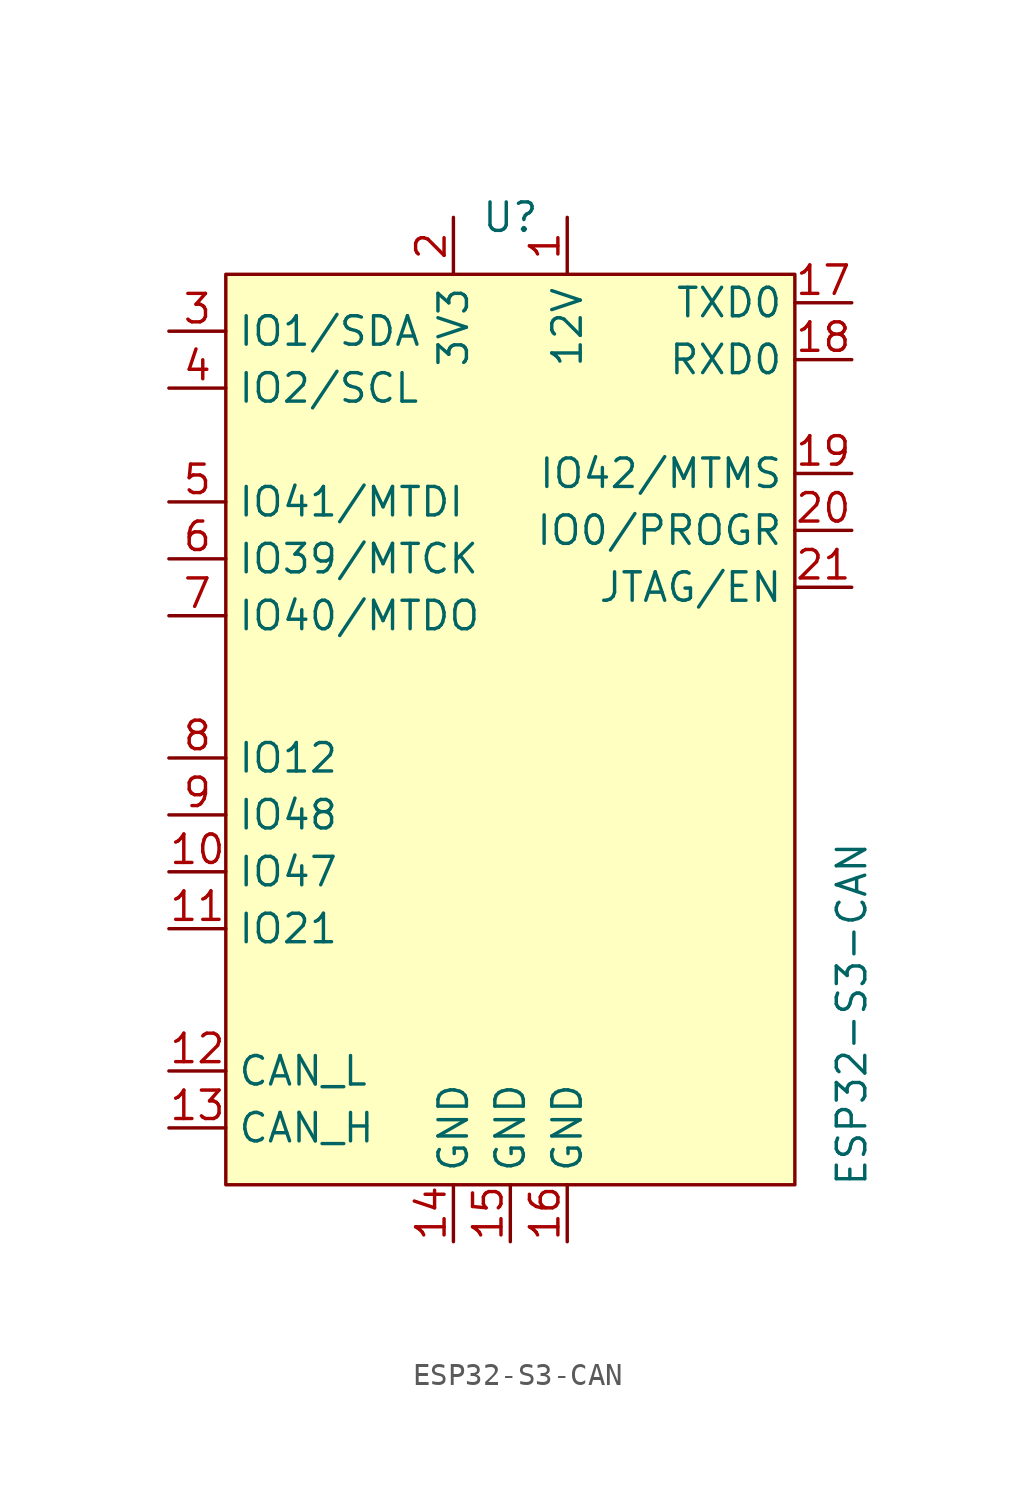
<source format=kicad_sym>
(kicad_symbol_lib
  (version 20220914)
  (generator kicad_symbol_editor)
  (symbol "ESP32-S3-CAN"
    (property "Reference" "U"
      (at 3.81 13.97 0)
      (effects (font (size 1.27 1.27))))
    (property "Value" "ESP32-S3-CAN"
      (at 19.05 -21.59 90)
      (effects (font (size 1.27 1.27))))
    (symbol "ESP32-S3-CAN_1_1"
      (rectangle (start -8.89 11.43) (end 16.51 -29.21) (stroke (width 0) (type default)) (fill (type background)))
      (pin power_in line (at 6.35 13.97 270) (length 2.54) (name "12V" (effects (font (size 1.27 1.27)))) (number "1" (effects (font (size 1.27 1.27)))))
      (pin bidirectional line (at -11.43 -15.24 0) (length 2.54) (name "IO47" (effects (font (size 1.27 1.27)))) (number "10" (effects (font (size 1.27 1.27)))))
      (pin bidirectional line (at -11.43 -17.78 0) (length 2.54) (name "IO21" (effects (font (size 1.27 1.27)))) (number "11" (effects (font (size 1.27 1.27)))))
      (pin bidirectional line (at -11.43 -24.13 0) (length 2.54) (name "CAN_L" (effects (font (size 1.27 1.27)))) (number "12" (effects (font (size 1.27 1.27)))))
      (pin bidirectional line (at -11.43 -26.67 0) (length 2.54) (name "CAN_H" (effects (font (size 1.27 1.27)))) (number "13" (effects (font (size 1.27 1.27)))))
      (pin passive line (at 1.27 -31.75 90) (length 2.54) (name "GND" (effects (font (size 1.27 1.27)))) (number "14" (effects (font (size 1.27 1.27)))))
      (pin passive line (at 3.81 -31.75 90) (length 2.54) (name "GND" (effects (font (size 1.27 1.27)))) (number "15" (effects (font (size 1.27 1.27)))))
      (pin passive line (at 6.35 -31.75 90) (length 2.54) (name "GND" (effects (font (size 1.27 1.27)))) (number "16" (effects (font (size 1.27 1.27)))))
      (pin output line (at 19.05 10.16 180) (length 2.54) (name "TXD0" (effects (font (size 1.27 1.27)))) (number "17" (effects (font (size 1.27 1.27)))))
      (pin input line (at 19.05 7.62 180) (length 2.54) (name "RXD0" (effects (font (size 1.27 1.27)))) (number "18" (effects (font (size 1.27 1.27)))))
      (pin bidirectional line (at 19.05 2.54 180) (length 2.54) (name "IO42/MTMS" (effects (font (size 1.27 1.27)))) (number "19" (effects (font (size 1.27 1.27)))))
      (pin power_out line (at 1.27 13.97 270) (length 2.54) (name "3V3" (effects (font (size 1.27 1.27)))) (number "2" (effects (font (size 1.27 1.27)))))
      (pin bidirectional line (at 19.05 0 180) (length 2.54) (name "IO0/PROGR" (effects (font (size 1.27 1.27)))) (number "20" (effects (font (size 1.27 1.27)))))
      (pin bidirectional line (at 19.05 -2.54 180) (length 2.54) (name "JTAG/EN" (effects (font (size 1.27 1.27)))) (number "21" (effects (font (size 1.27 1.27)))))
      (pin bidirectional line (at -11.43 8.89 0) (length 2.54) (name "IO1/SDA" (effects (font (size 1.27 1.27)))) (number "3" (effects (font (size 1.27 1.27)))))
      (pin bidirectional line (at -11.43 6.35 0) (length 2.54) (name "IO2/SCL" (effects (font (size 1.27 1.27)))) (number "4" (effects (font (size 1.27 1.27)))))
      (pin bidirectional line (at -11.43 1.27 0) (length 2.54) (name "IO41/MTDI" (effects (font (size 1.27 1.27)))) (number "5" (effects (font (size 1.27 1.27)))))
      (pin bidirectional line (at -11.43 -1.27 0) (length 2.54) (name "IO39/MTCK" (effects (font (size 1.27 1.27)))) (number "6" (effects (font (size 1.27 1.27)))))
      (pin bidirectional line (at -11.43 -3.81 0) (length 2.54) (name "IO40/MTDO" (effects (font (size 1.27 1.27)))) (number "7" (effects (font (size 1.27 1.27)))))
      (pin bidirectional line (at -11.43 -10.16 0) (length 2.54) (name "IO12" (effects (font (size 1.27 1.27)))) (number "8" (effects (font (size 1.27 1.27)))))
      (pin bidirectional line (at -11.43 -12.7 0) (length 2.54) (name "IO48" (effects (font (size 1.27 1.27)))) (number "9" (effects (font (size 1.27 1.27))))))))
</source>
